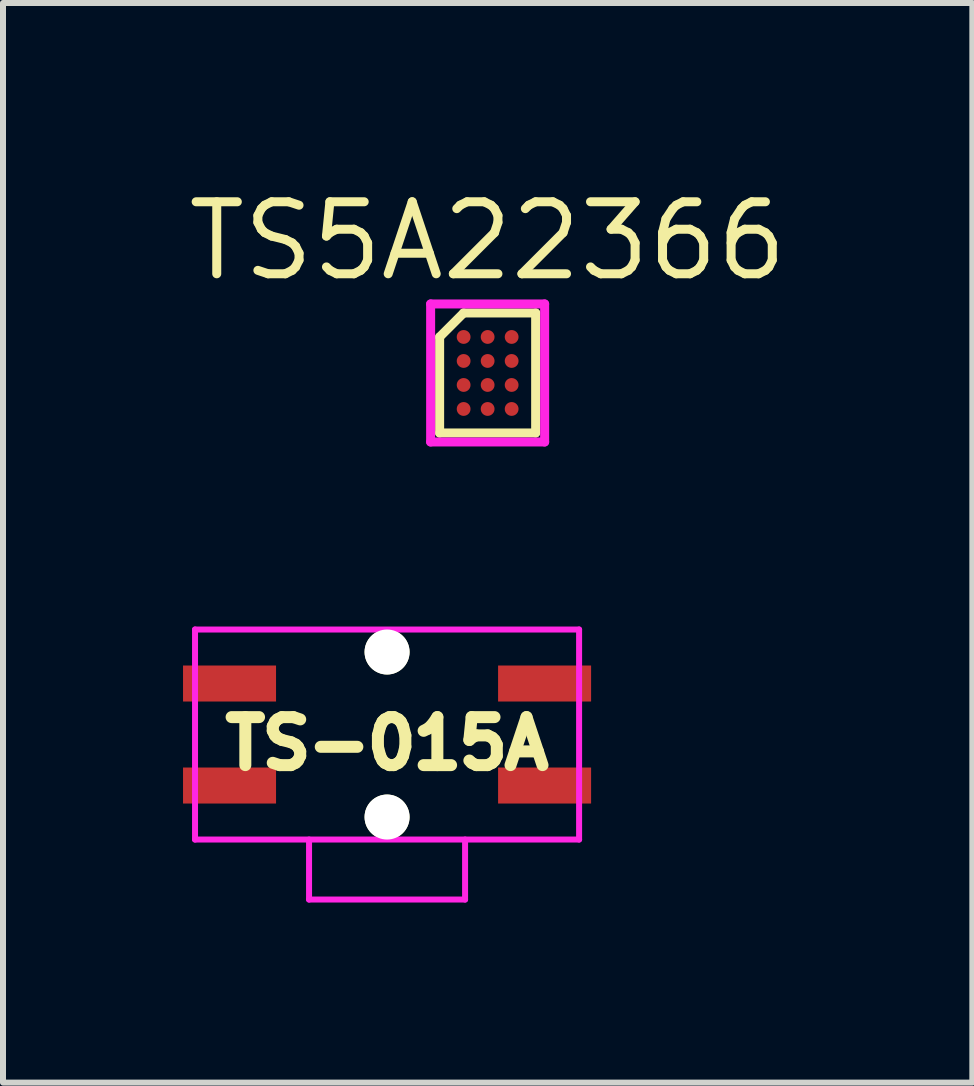
<source format=kicad_pcb>
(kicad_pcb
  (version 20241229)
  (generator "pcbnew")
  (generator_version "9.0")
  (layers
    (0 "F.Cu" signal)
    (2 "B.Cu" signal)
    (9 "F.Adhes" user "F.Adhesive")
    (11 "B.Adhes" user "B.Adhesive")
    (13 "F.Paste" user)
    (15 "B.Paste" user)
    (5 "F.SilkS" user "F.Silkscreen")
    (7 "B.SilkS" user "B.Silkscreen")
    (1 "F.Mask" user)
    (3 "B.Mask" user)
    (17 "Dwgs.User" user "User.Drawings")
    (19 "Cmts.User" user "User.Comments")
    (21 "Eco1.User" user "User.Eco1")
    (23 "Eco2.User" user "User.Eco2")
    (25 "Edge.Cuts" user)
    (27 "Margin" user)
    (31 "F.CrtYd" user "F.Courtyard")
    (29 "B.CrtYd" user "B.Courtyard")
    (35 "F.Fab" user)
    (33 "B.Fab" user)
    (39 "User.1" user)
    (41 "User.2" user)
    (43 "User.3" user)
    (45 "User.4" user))
  (footprint "TS5A22366"
    (layer "F.Cu")
    (at 5.076 3.165)
    (property "Reference" "TS5A22366" (at 0 -2.2 0) (layer "F.SilkS") (effects (font (size 1.2 1.2) (thickness 0.15))))
    (attr through_hole)
    (fp_line (start -0.8 -0.6) (end -0.8 1) (stroke (width 0.15) (type solid)) (layer "F.SilkS"))
    (fp_line (start -0.8 1) (end 0.8 1) (stroke (width 0.15) (type solid)) (layer "F.SilkS"))
    (fp_line (start -0.4 -1) (end -0.8 -0.6) (stroke (width 0.15) (type solid)) (layer "F.SilkS"))
    (fp_line (start 0.8 -1) (end -0.4 -1) (stroke (width 0.15) (type solid)) (layer "F.SilkS"))
    (fp_line (start 0.8 1) (end 0.8 -1) (stroke (width 0.15) (type solid)) (layer "F.SilkS"))
    (fp_line (start -0.95 -1.15) (end 0.95 -1.15) (stroke (width 0.15) (type solid)) (layer "F.CrtYd"))
    (fp_line (start -0.95 1.15) (end -0.95 -1.15) (stroke (width 0.15) (type solid)) (layer "F.CrtYd"))
    (fp_line (start 0.95 -1.15) (end 0.95 1.15) (stroke (width 0.15) (type solid)) (layer "F.CrtYd"))
    (fp_line (start 0.95 1.15) (end -0.95 1.15) (stroke (width 0.15) (type solid)) (layer "F.CrtYd"))
    (pad "A1" smd circle (at -0.4 -0.6) (size 0.23 0.23) (layers "F.Cu" "F.Mask" "F.Paste"))
    (pad "A2" smd circle (at 0 -0.6) (size 0.23 0.23) (layers "F.Cu" "F.Mask" "F.Paste"))
    (pad "A3" smd circle (at 0.4 -0.6) (size 0.23 0.23) (layers "F.Cu" "F.Mask" "F.Paste"))
    (pad "B1" smd circle (at -0.4 -0.2) (size 0.23 0.23) (layers "F.Cu" "F.Mask" "F.Paste"))
    (pad "B2" smd circle (at 0 -0.2) (size 0.23 0.23) (layers "F.Cu" "F.Mask" "F.Paste"))
    (pad "B3" smd circle (at 0.4 -0.2) (size 0.23 0.23) (layers "F.Cu" "F.Mask" "F.Paste"))
    (pad "C1" smd circle (at -0.4 0.2) (size 0.23 0.23) (layers "F.Cu" "F.Mask" "F.Paste"))
    (pad "C2" smd circle (at 0 0.2) (size 0.23 0.23) (layers "F.Cu" "F.Mask" "F.Paste"))
    (pad "C3" smd circle (at 0.4 0.2) (size 0.23 0.23) (layers "F.Cu" "F.Mask" "F.Paste"))
    (pad "D1" smd circle (at -0.4 0.6) (size 0.23 0.23) (layers "F.Cu" "F.Mask" "F.Paste"))
    (pad "D2" smd circle (at 0 0.6) (size 0.23 0.23) (layers "F.Cu" "F.Mask" "F.Paste"))
    (pad "D3" smd circle (at 0.4 0.6) (size 0.23 0.23) (layers "F.Cu" "F.Mask" "F.Paste")))
  (footprint "TS-015A"
    (layer "F.Cu")
    (at 3.4 8.34)
    (property "Reference" "TS-015A" (at 0 1 0) (layer "F.SilkS") (effects (font (size 0.8 0.8) (thickness 0.2))))
    (attr through_hole)
    (fp_line (start -3.2 -0.9) (end 3.2 -0.9) (stroke (width 0.1) (type solid)) (layer "F.CrtYd"))
    (fp_line (start -3.2 2.6) (end -3.2 -0.9) (stroke (width 0.1) (type solid)) (layer "F.CrtYd"))
    (fp_line (start -1.3 3.6) (end -1.3 2.6) (stroke (width 0.1) (type solid)) (layer "F.CrtYd"))
    (fp_line (start -1.3 3.6) (end 1.3 3.6) (stroke (width 0.1) (type solid)) (layer "F.CrtYd"))
    (fp_line (start 1.3 3.6) (end 1.3 2.6) (stroke (width 0.1) (type solid)) (layer "F.CrtYd"))
    (fp_line (start 3.2 -0.9) (end 3.2 2.6) (stroke (width 0.1) (type solid)) (layer "F.CrtYd"))
    (fp_line (start 3.2 2.6) (end -3.2 2.6) (stroke (width 0.1) (type solid)) (layer "F.CrtYd"))
    (pad "" np_thru_hole circle (at 0 -0.525) (size 0.75 0.75) (drill 0.75) (layers "*.Cu" "*.Mask" "F.SilkS"))
    (pad "" np_thru_hole circle (at 0 2.225) (size 0.75 0.75) (drill 0.75) (layers "*.Cu" "*.Mask" "F.SilkS"))
    (pad "1" smd rect (at -2.625 0) (size 1.55 0.6) (layers "F.Cu" "F.Mask" "F.Paste"))
    (pad "2" smd rect (at -2.625 1.7) (size 1.55 0.6) (layers "F.Cu" "F.Mask" "F.Paste"))
    (pad "3" smd rect (at 2.625 0) (size 1.55 0.6) (layers "F.Cu" "F.Mask" "F.Paste"))
    (pad "4" smd rect (at 2.625 1.7) (size 1.55 0.6) (layers "F.Cu" "F.Mask" "F.Paste")))
  (gr_rect
    (start -3 -3)
    (end 13.153 14.99)
    (stroke (width 0.1) (type default))
    (fill no)
    (layer "Edge.Cuts")))
</source>
